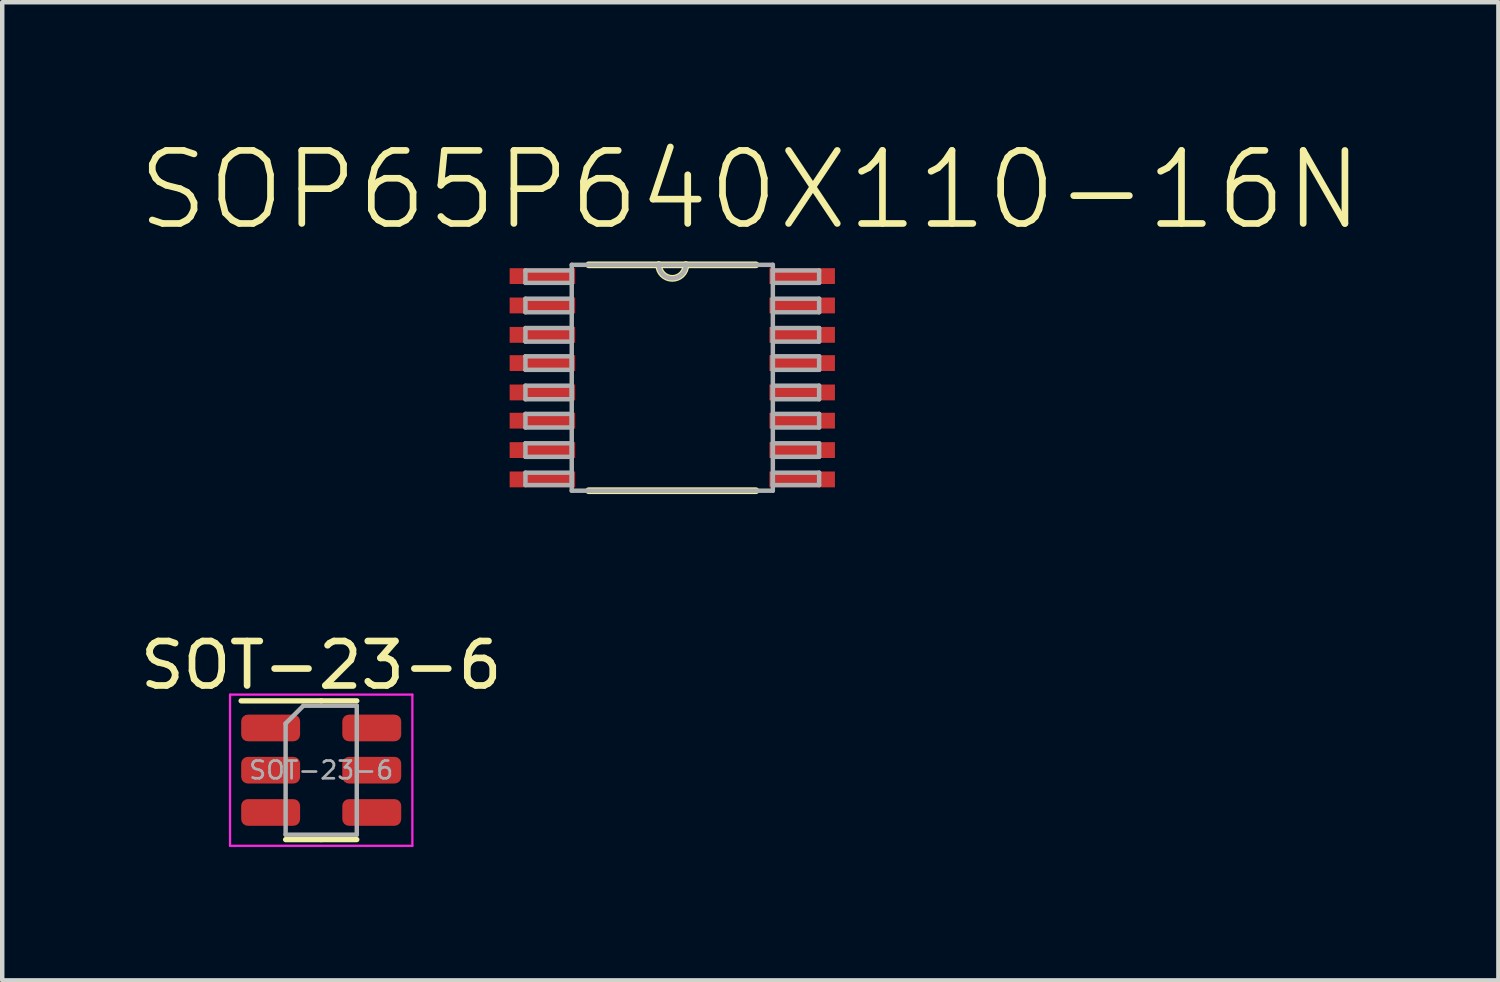
<source format=kicad_pcb>
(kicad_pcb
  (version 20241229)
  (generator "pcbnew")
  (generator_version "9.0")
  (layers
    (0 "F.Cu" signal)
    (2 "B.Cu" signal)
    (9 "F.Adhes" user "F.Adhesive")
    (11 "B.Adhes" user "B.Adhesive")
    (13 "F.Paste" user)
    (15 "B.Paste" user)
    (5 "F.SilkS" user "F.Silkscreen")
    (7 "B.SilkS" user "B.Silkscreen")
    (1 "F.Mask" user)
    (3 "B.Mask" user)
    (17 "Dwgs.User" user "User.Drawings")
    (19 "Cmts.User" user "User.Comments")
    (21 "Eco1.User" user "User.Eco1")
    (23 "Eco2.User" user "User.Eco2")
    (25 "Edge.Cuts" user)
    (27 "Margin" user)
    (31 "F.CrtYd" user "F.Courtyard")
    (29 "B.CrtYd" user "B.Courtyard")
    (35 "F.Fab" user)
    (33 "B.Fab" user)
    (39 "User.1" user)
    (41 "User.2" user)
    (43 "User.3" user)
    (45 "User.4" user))
  (footprint "SOT-23-6"
    (layer "F.Cu")
    (at 4.173 14.27)
    (property "Reference" "SOT-23-6" (at 0 -2.36 0) (unlocked yes) (layer "F.SilkS") (effects (font (size 1 1) (thickness 0.15))))
    (attr smd)
    (fp_line (start 0 -1.56) (end -1.8 -1.56) (stroke (width 0.12) (type solid)) (layer "F.SilkS"))
    (fp_line (start 0 -1.56) (end 0.8 -1.56) (stroke (width 0.12) (type solid)) (layer "F.SilkS"))
    (fp_line (start 0 1.56) (end -0.8 1.56) (stroke (width 0.12) (type solid)) (layer "F.SilkS"))
    (fp_line (start 0 1.56) (end 0.8 1.56) (stroke (width 0.12) (type solid)) (layer "F.SilkS"))
    (fp_line (start -2.05 -1.7) (end -2.05 1.7) (stroke (width 0.05) (type solid)) (layer "F.CrtYd"))
    (fp_line (start -2.05 1.7) (end 2.05 1.7) (stroke (width 0.05) (type solid)) (layer "F.CrtYd"))
    (fp_line (start 2.05 -1.7) (end -2.05 -1.7) (stroke (width 0.05) (type solid)) (layer "F.CrtYd"))
    (fp_line (start 2.05 1.7) (end 2.05 -1.7) (stroke (width 0.05) (type solid)) (layer "F.CrtYd"))
    (fp_line (start -0.8 -1.05) (end -0.4 -1.45) (stroke (width 0.1) (type solid)) (layer "F.Fab"))
    (fp_line (start -0.8 1.45) (end -0.8 -1.05) (stroke (width 0.1) (type solid)) (layer "F.Fab"))
    (fp_line (start -0.4 -1.45) (end 0.8 -1.45) (stroke (width 0.1) (type solid)) (layer "F.Fab"))
    (fp_line (start 0.8 -1.45) (end 0.8 1.45) (stroke (width 0.1) (type solid)) (layer "F.Fab"))
    (fp_line (start 0.8 1.45) (end -0.8 1.45) (stroke (width 0.1) (type solid)) (layer "F.Fab"))
    (fp_text user "${REFERENCE}" (at 0 0 0) (layer "F.Fab") (effects (font (size 0.4 0.4) (thickness 0.06))))
    (pad "1" smd roundrect (at -1.137 -0.95) (size 1.325 0.6) (layers "F.Cu" "F.Mask" "F.Paste") (roundrect_rratio 0.25))
    (pad "2" smd roundrect (at -1.137 0) (size 1.325 0.6) (layers "F.Cu" "F.Mask" "F.Paste") (roundrect_rratio 0.25))
    (pad "3" smd roundrect (at -1.137 0.95) (size 1.325 0.6) (layers "F.Cu" "F.Mask" "F.Paste") (roundrect_rratio 0.25))
    (pad "4" smd roundrect (at 1.137 0.95) (size 1.325 0.6) (layers "F.Cu" "F.Mask" "F.Paste") (roundrect_rratio 0.25))
    (pad "5" smd roundrect (at 1.137 0) (size 1.325 0.6) (layers "F.Cu" "F.Mask" "F.Paste") (roundrect_rratio 0.25))
    (pad "6" smd roundrect (at 1.137 -0.95) (size 1.325 0.6) (layers "F.Cu" "F.Mask" "F.Paste") (roundrect_rratio 0.25)))
  (footprint "SOP65P640X110-16N"
    (layer "F.Cu")
    (at 12.068 5.445)
    (property "Reference" "SOP65P640X110-16N" (at 1.755 -4.222 0) (layer "F.SilkS") (effects (font (size 1.642 1.642) (thickness 0.15))))
    (attr smd)
    (fp_line (start -1.88 2.54) (end 1.88 2.54) (stroke (width 0.152) (type solid)) (layer "F.SilkS"))
    (fp_line (start -0.305 -2.54) (end -1.88 -2.54) (stroke (width 0.152) (type solid)) (layer "F.SilkS"))
    (fp_line (start 0.305 -2.54) (end -0.305 -2.54) (stroke (width 0.152) (type solid)) (layer "F.SilkS"))
    (fp_line (start 1.88 -2.54) (end 0.305 -2.54) (stroke (width 0.152) (type solid)) (layer "F.SilkS"))
    (fp_arc (start 0.3048 -2.54) (mid 0 -2.2352) (end -0.3048 -2.54) (stroke (width 0.1524) (type solid)) (layer "F.SilkS"))
    (fp_line (start -3.302 -2.413) (end -3.302 -2.134) (stroke (width 0.1) (type solid)) (layer "F.Fab"))
    (fp_line (start -3.302 -2.134) (end -2.261 -2.134) (stroke (width 0.1) (type solid)) (layer "F.Fab"))
    (fp_line (start -3.302 -1.778) (end -3.302 -1.473) (stroke (width 0.1) (type solid)) (layer "F.Fab"))
    (fp_line (start -3.302 -1.473) (end -2.261 -1.473) (stroke (width 0.1) (type solid)) (layer "F.Fab"))
    (fp_line (start -3.302 -1.118) (end -3.302 -0.813) (stroke (width 0.1) (type solid)) (layer "F.Fab"))
    (fp_line (start -3.302 -0.813) (end -2.261 -0.813) (stroke (width 0.1) (type solid)) (layer "F.Fab"))
    (fp_line (start -3.302 -0.483) (end -3.302 -0.178) (stroke (width 0.1) (type solid)) (layer "F.Fab"))
    (fp_line (start -3.302 -0.178) (end -2.261 -0.178) (stroke (width 0.1) (type solid)) (layer "F.Fab"))
    (fp_line (start -3.302 0.178) (end -3.302 0.483) (stroke (width 0.1) (type solid)) (layer "F.Fab"))
    (fp_line (start -3.302 0.483) (end -2.261 0.483) (stroke (width 0.1) (type solid)) (layer "F.Fab"))
    (fp_line (start -3.302 0.813) (end -3.302 1.118) (stroke (width 0.1) (type solid)) (layer "F.Fab"))
    (fp_line (start -3.302 1.118) (end -2.261 1.118) (stroke (width 0.1) (type solid)) (layer "F.Fab"))
    (fp_line (start -3.302 1.473) (end -3.302 1.778) (stroke (width 0.1) (type solid)) (layer "F.Fab"))
    (fp_line (start -3.302 1.778) (end -2.261 1.778) (stroke (width 0.1) (type solid)) (layer "F.Fab"))
    (fp_line (start -3.302 2.134) (end -3.302 2.413) (stroke (width 0.1) (type solid)) (layer "F.Fab"))
    (fp_line (start -3.302 2.413) (end -2.261 2.413) (stroke (width 0.1) (type solid)) (layer "F.Fab"))
    (fp_line (start -2.261 -2.54) (end -2.261 2.54) (stroke (width 0.1) (type solid)) (layer "F.Fab"))
    (fp_line (start -2.261 -2.413) (end -3.302 -2.413) (stroke (width 0.1) (type solid)) (layer "F.Fab"))
    (fp_line (start -2.261 -2.134) (end -2.261 -2.413) (stroke (width 0.1) (type solid)) (layer "F.Fab"))
    (fp_line (start -2.261 -1.778) (end -3.302 -1.778) (stroke (width 0.1) (type solid)) (layer "F.Fab"))
    (fp_line (start -2.261 -1.473) (end -2.261 -1.778) (stroke (width 0.1) (type solid)) (layer "F.Fab"))
    (fp_line (start -2.261 -1.118) (end -3.302 -1.118) (stroke (width 0.1) (type solid)) (layer "F.Fab"))
    (fp_line (start -2.261 -0.813) (end -2.261 -1.118) (stroke (width 0.1) (type solid)) (layer "F.Fab"))
    (fp_line (start -2.261 -0.483) (end -3.302 -0.483) (stroke (width 0.1) (type solid)) (layer "F.Fab"))
    (fp_line (start -2.261 -0.178) (end -2.261 -0.483) (stroke (width 0.1) (type solid)) (layer "F.Fab"))
    (fp_line (start -2.261 0.178) (end -3.302 0.178) (stroke (width 0.1) (type solid)) (layer "F.Fab"))
    (fp_line (start -2.261 0.483) (end -2.261 0.178) (stroke (width 0.1) (type solid)) (layer "F.Fab"))
    (fp_line (start -2.261 0.813) (end -3.302 0.813) (stroke (width 0.1) (type solid)) (layer "F.Fab"))
    (fp_line (start -2.261 1.118) (end -2.261 0.813) (stroke (width 0.1) (type solid)) (layer "F.Fab"))
    (fp_line (start -2.261 1.473) (end -3.302 1.473) (stroke (width 0.1) (type solid)) (layer "F.Fab"))
    (fp_line (start -2.261 1.778) (end -2.261 1.473) (stroke (width 0.1) (type solid)) (layer "F.Fab"))
    (fp_line (start -2.261 2.134) (end -3.302 2.134) (stroke (width 0.1) (type solid)) (layer "F.Fab"))
    (fp_line (start -2.261 2.413) (end -2.261 2.134) (stroke (width 0.1) (type solid)) (layer "F.Fab"))
    (fp_line (start -2.261 2.54) (end 2.261 2.54) (stroke (width 0.1) (type solid)) (layer "F.Fab"))
    (fp_line (start -0.305 -2.54) (end -2.261 -2.54) (stroke (width 0.1) (type solid)) (layer "F.Fab"))
    (fp_line (start 0.305 -2.54) (end -0.305 -2.54) (stroke (width 0.1) (type solid)) (layer "F.Fab"))
    (fp_line (start 2.261 -2.54) (end 0.305 -2.54) (stroke (width 0.1) (type solid)) (layer "F.Fab"))
    (fp_line (start 2.261 -2.413) (end 2.261 -2.134) (stroke (width 0.1) (type solid)) (layer "F.Fab"))
    (fp_line (start 2.261 -2.134) (end 3.302 -2.134) (stroke (width 0.1) (type solid)) (layer "F.Fab"))
    (fp_line (start 2.261 -1.778) (end 2.261 -1.473) (stroke (width 0.1) (type solid)) (layer "F.Fab"))
    (fp_line (start 2.261 -1.473) (end 3.302 -1.473) (stroke (width 0.1) (type solid)) (layer "F.Fab"))
    (fp_line (start 2.261 -1.118) (end 2.261 -0.813) (stroke (width 0.1) (type solid)) (layer "F.Fab"))
    (fp_line (start 2.261 -0.813) (end 3.302 -0.813) (stroke (width 0.1) (type solid)) (layer "F.Fab"))
    (fp_line (start 2.261 -0.483) (end 2.261 -0.178) (stroke (width 0.1) (type solid)) (layer "F.Fab"))
    (fp_line (start 2.261 -0.178) (end 3.302 -0.178) (stroke (width 0.1) (type solid)) (layer "F.Fab"))
    (fp_line (start 2.261 0.178) (end 2.261 0.483) (stroke (width 0.1) (type solid)) (layer "F.Fab"))
    (fp_line (start 2.261 0.483) (end 3.302 0.483) (stroke (width 0.1) (type solid)) (layer "F.Fab"))
    (fp_line (start 2.261 0.813) (end 2.261 1.118) (stroke (width 0.1) (type solid)) (layer "F.Fab"))
    (fp_line (start 2.261 1.118) (end 3.302 1.118) (stroke (width 0.1) (type solid)) (layer "F.Fab"))
    (fp_line (start 2.261 1.473) (end 2.261 1.778) (stroke (width 0.1) (type solid)) (layer "F.Fab"))
    (fp_line (start 2.261 1.778) (end 3.302 1.778) (stroke (width 0.1) (type solid)) (layer "F.Fab"))
    (fp_line (start 2.261 2.134) (end 2.261 2.413) (stroke (width 0.1) (type solid)) (layer "F.Fab"))
    (fp_line (start 2.261 2.413) (end 3.302 2.413) (stroke (width 0.1) (type solid)) (layer "F.Fab"))
    (fp_line (start 2.261 2.54) (end 2.261 -2.54) (stroke (width 0.1) (type solid)) (layer "F.Fab"))
    (fp_line (start 3.302 -2.413) (end 2.261 -2.413) (stroke (width 0.1) (type solid)) (layer "F.Fab"))
    (fp_line (start 3.302 -2.134) (end 3.302 -2.413) (stroke (width 0.1) (type solid)) (layer "F.Fab"))
    (fp_line (start 3.302 -1.778) (end 2.261 -1.778) (stroke (width 0.1) (type solid)) (layer "F.Fab"))
    (fp_line (start 3.302 -1.473) (end 3.302 -1.778) (stroke (width 0.1) (type solid)) (layer "F.Fab"))
    (fp_line (start 3.302 -1.118) (end 2.261 -1.118) (stroke (width 0.1) (type solid)) (layer "F.Fab"))
    (fp_line (start 3.302 -0.813) (end 3.302 -1.118) (stroke (width 0.1) (type solid)) (layer "F.Fab"))
    (fp_line (start 3.302 -0.483) (end 2.261 -0.483) (stroke (width 0.1) (type solid)) (layer "F.Fab"))
    (fp_line (start 3.302 -0.178) (end 3.302 -0.483) (stroke (width 0.1) (type solid)) (layer "F.Fab"))
    (fp_line (start 3.302 0.178) (end 2.261 0.178) (stroke (width 0.1) (type solid)) (layer "F.Fab"))
    (fp_line (start 3.302 0.483) (end 3.302 0.178) (stroke (width 0.1) (type solid)) (layer "F.Fab"))
    (fp_line (start 3.302 0.813) (end 2.261 0.813) (stroke (width 0.1) (type solid)) (layer "F.Fab"))
    (fp_line (start 3.302 1.118) (end 3.302 0.813) (stroke (width 0.1) (type solid)) (layer "F.Fab"))
    (fp_line (start 3.302 1.473) (end 2.261 1.473) (stroke (width 0.1) (type solid)) (layer "F.Fab"))
    (fp_line (start 3.302 1.778) (end 3.302 1.473) (stroke (width 0.1) (type solid)) (layer "F.Fab"))
    (fp_line (start 3.302 2.134) (end 2.261 2.134) (stroke (width 0.1) (type solid)) (layer "F.Fab"))
    (fp_line (start 3.302 2.413) (end 3.302 2.134) (stroke (width 0.1) (type solid)) (layer "F.Fab"))
    (fp_arc (start 0.3048 -2.54) (mid 0 -2.2352) (end -0.3048 -2.54) (stroke (width 0.1) (type solid)) (layer "F.Fab"))
    (pad "1" smd rect (at -2.921 -2.286) (size 1.473 0.356) (layers "F.Cu" "F.Mask" "F.Paste"))
    (pad "2" smd rect (at -2.921 -1.626) (size 1.473 0.356) (layers "F.Cu" "F.Mask" "F.Paste"))
    (pad "3" smd rect (at -2.921 -0.965) (size 1.473 0.356) (layers "F.Cu" "F.Mask" "F.Paste"))
    (pad "4" smd rect (at -2.921 -0.33) (size 1.473 0.356) (layers "F.Cu" "F.Mask" "F.Paste"))
    (pad "5" smd rect (at -2.921 0.33) (size 1.473 0.356) (layers "F.Cu" "F.Mask" "F.Paste"))
    (pad "6" smd rect (at -2.921 0.965) (size 1.473 0.356) (layers "F.Cu" "F.Mask" "F.Paste"))
    (pad "7" smd rect (at -2.921 1.626) (size 1.473 0.356) (layers "F.Cu" "F.Mask" "F.Paste"))
    (pad "8" smd rect (at -2.921 2.286) (size 1.473 0.356) (layers "F.Cu" "F.Mask" "F.Paste"))
    (pad "9" smd rect (at 2.921 2.286) (size 1.473 0.356) (layers "F.Cu" "F.Mask" "F.Paste"))
    (pad "10" smd rect (at 2.921 1.626) (size 1.473 0.356) (layers "F.Cu" "F.Mask" "F.Paste"))
    (pad "11" smd rect (at 2.921 0.965) (size 1.473 0.356) (layers "F.Cu" "F.Mask" "F.Paste"))
    (pad "12" smd rect (at 2.921 0.33) (size 1.473 0.356) (layers "F.Cu" "F.Mask" "F.Paste"))
    (pad "13" smd rect (at 2.921 -0.33) (size 1.473 0.356) (layers "F.Cu" "F.Mask" "F.Paste"))
    (pad "14" smd rect (at 2.921 -0.965) (size 1.473 0.356) (layers "F.Cu" "F.Mask" "F.Paste"))
    (pad "15" smd rect (at 2.921 -1.626) (size 1.473 0.356) (layers "F.Cu" "F.Mask" "F.Paste"))
    (pad "16" smd rect (at 2.921 -2.286) (size 1.473 0.356) (layers "F.Cu" "F.Mask" "F.Paste")))
  (gr_rect
    (start -3 -3)
    (end 30.645 18.995)
    (stroke (width 0.1) (type default))
    (fill no)
    (layer "Edge.Cuts")))
</source>
